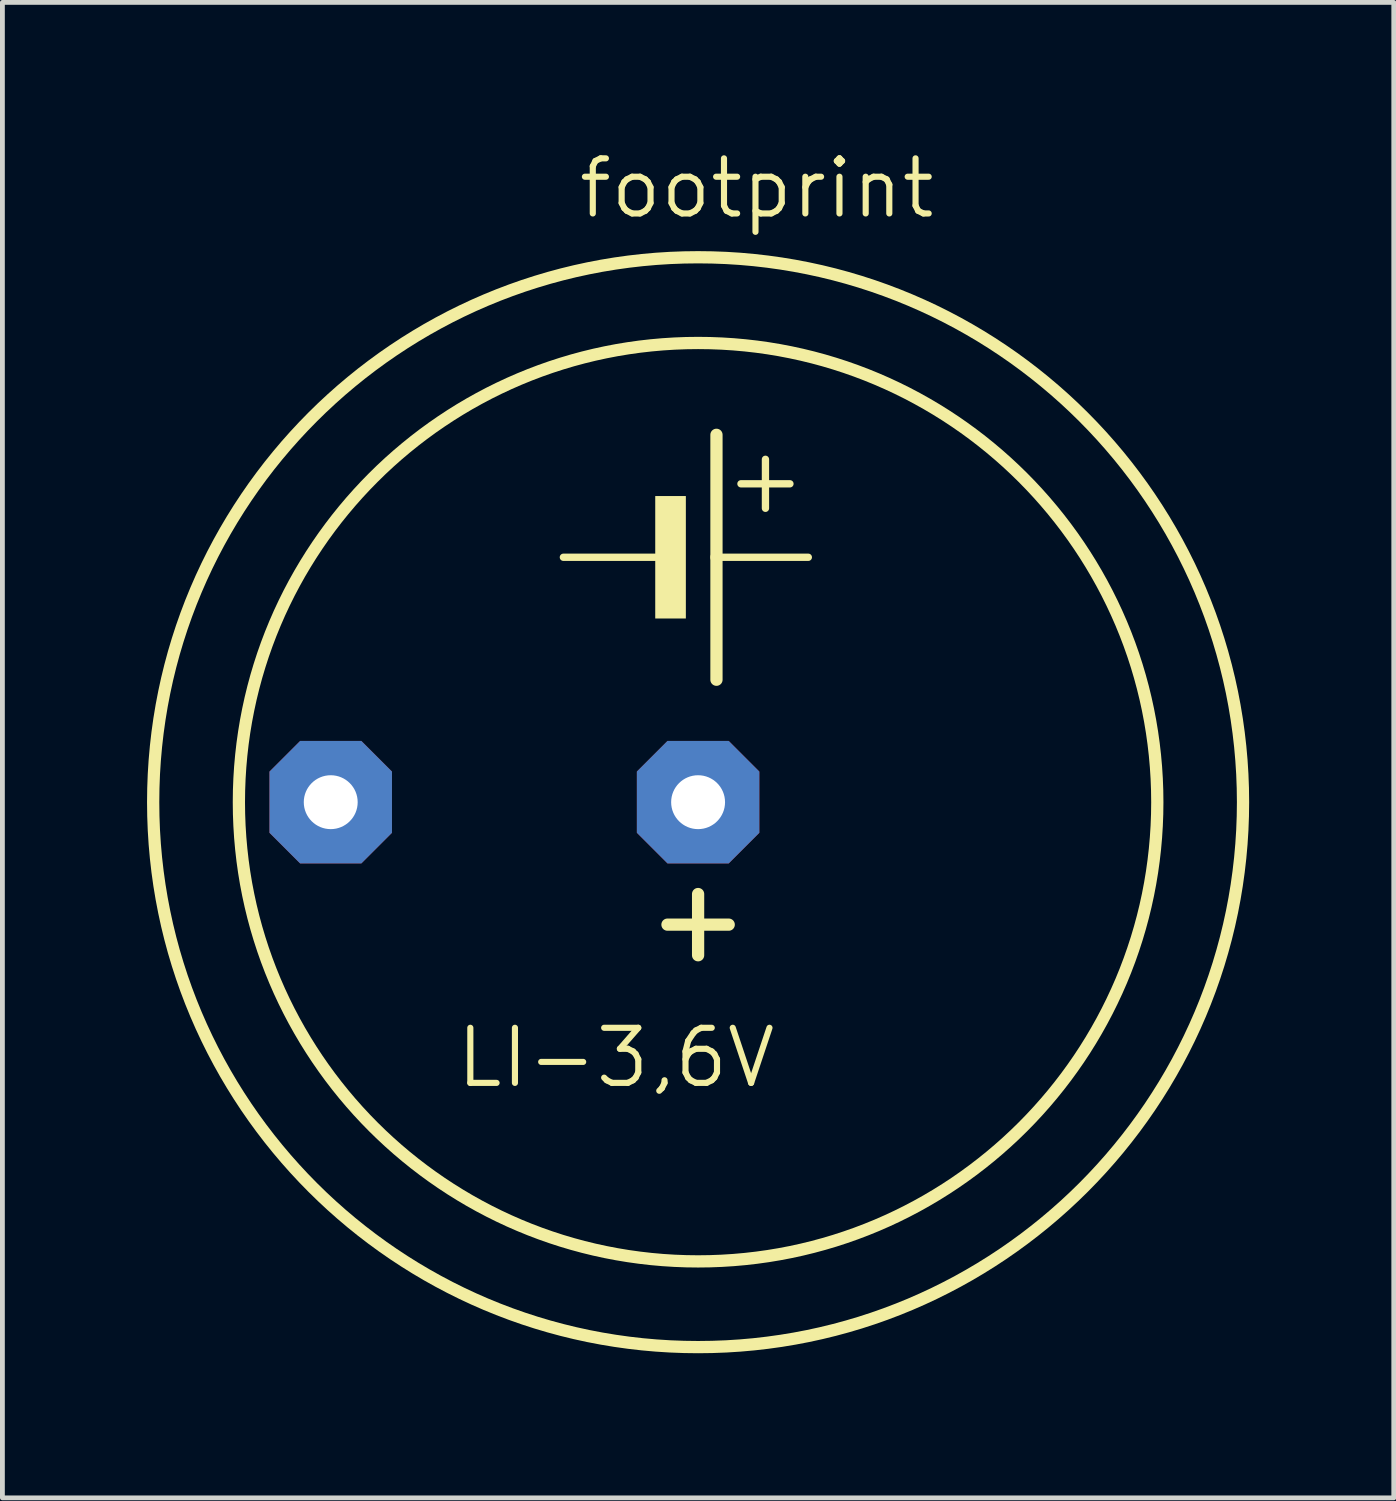
<source format=kicad_pcb>
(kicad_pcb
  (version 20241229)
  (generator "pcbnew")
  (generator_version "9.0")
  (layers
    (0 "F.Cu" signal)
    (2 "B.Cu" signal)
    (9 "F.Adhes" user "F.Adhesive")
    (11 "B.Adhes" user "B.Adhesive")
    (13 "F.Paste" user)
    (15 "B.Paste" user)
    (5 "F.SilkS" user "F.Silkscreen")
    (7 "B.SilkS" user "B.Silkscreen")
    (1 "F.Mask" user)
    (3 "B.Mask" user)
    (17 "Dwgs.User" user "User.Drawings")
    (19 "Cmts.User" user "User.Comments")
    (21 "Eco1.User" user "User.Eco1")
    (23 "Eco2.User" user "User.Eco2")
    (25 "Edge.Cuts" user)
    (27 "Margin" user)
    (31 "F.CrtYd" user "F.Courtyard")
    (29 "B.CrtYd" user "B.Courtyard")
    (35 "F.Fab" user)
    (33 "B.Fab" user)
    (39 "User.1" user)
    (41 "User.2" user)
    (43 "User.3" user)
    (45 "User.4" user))
  (footprint "footprint"
    (layer "F.Cu")
    (at 11.43 13.589)
    (property "Reference" "footprint" (at -2.54 -12.065 0) (layer "F.SilkS") (effects (font (size 1.143 1.143) (thickness 0.127)) (justify left bottom)))
    (fp_line (start -2.794 -5.08) (end -0.889 -5.08) (stroke (width 0.152) (type solid)) (layer "F.SilkS"))
    (fp_line (start -0.635 2.54) (end 0.635 2.54) (stroke (width 0.254) (type solid)) (layer "F.SilkS"))
    (fp_line (start 0 1.905) (end 0 3.175) (stroke (width 0.254) (type solid)) (layer "F.SilkS"))
    (fp_line (start 0.381 -7.62) (end 0.381 -5.08) (stroke (width 0.254) (type solid)) (layer "F.SilkS"))
    (fp_line (start 0.381 -5.08) (end 0.381 -2.54) (stroke (width 0.254) (type solid)) (layer "F.SilkS"))
    (fp_line (start 0.381 -5.08) (end 2.286 -5.08) (stroke (width 0.152) (type solid)) (layer "F.SilkS"))
    (fp_line (start 0.889 -6.604) (end 1.905 -6.604) (stroke (width 0.152) (type solid)) (layer "F.SilkS"))
    (fp_line (start 1.397 -7.112) (end 1.397 -6.096) (stroke (width 0.152) (type solid)) (layer "F.SilkS"))
    (fp_circle (center 0 0) (end 9.525 0) (stroke (width 0.254) (type solid)) (fill no) (layer "F.SilkS"))
    (fp_circle (center 0 0) (end 11.303 0) (stroke (width 0.254) (type solid)) (fill no) (layer "F.SilkS"))
    (fp_poly (pts (xy -0.889 -3.81) (xy -0.254 -3.81) (xy -0.254 -6.35) (xy -0.889 -6.35)) (stroke (width 0) (type solid)) (fill yes) (layer "F.SilkS"))
    (fp_text user "LI-3,6V" (at -5.08 5.969 0) (layer "F.SilkS") (effects (font (size 1.143 1.143) (thickness 0.127)) (justify left bottom)))
    (pad "+" thru_hole roundrect (at 0 0) (size 2.54 2.54) (drill 1.118) (layers "*.Cu" "*.Mask") (roundrect_rratio 0.25) (chamfer_ratio 0.25) (chamfer top_left top_right bottom_left bottom_right))
    (pad "-" thru_hole roundrect (at -7.62 0) (size 2.54 2.54) (drill 1.118) (layers "*.Cu" "*.Mask") (roundrect_rratio 0.25) (chamfer_ratio 0.25) (chamfer top_left top_right bottom_left bottom_right)))
  (gr_rect
    (start -3 -3)
    (end 25.86 28.019)
    (stroke (width 0.1) (type default))
    (fill no)
    (layer "Edge.Cuts")))
</source>
